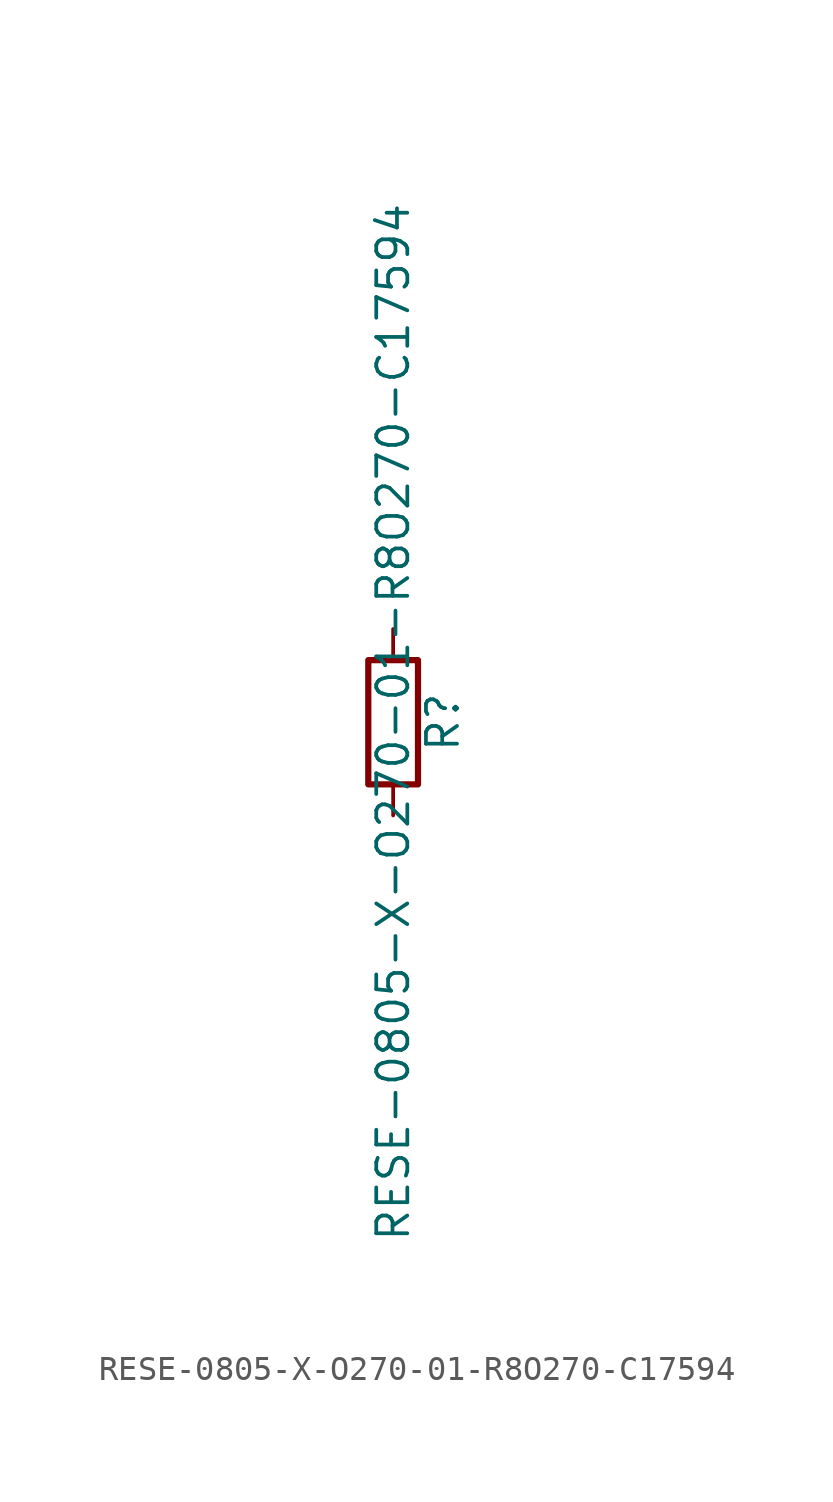
<source format=kicad_sym>
(kicad_symbol_lib
  (version 20211014)
  (generator kicad_symbol_editor)
  (symbol "RESE-0805-X-O270-01-R8O270-C17594"
    (pin_numbers hide)
    (pin_names
      (offset 0))
    (property "Reference" "R"
      (at 2.032 0 90)
      (effects (font (size 1.27 1.27))))
    (property "Value" "RESE-0805-X-O270-01-R8O270-C17594"
      (at 0 0 90)
      (effects (font (size 1.27 1.27))))
    (symbol "RESE-0805-X-O270-01-R8O270-C17594_0_1"
      (rectangle (start -1.016 -2.54) (end 1.016 2.54) (stroke (width 0.254) (type default) (color 0 0 0 0)) (fill (type none))))
    (symbol "RESE-0805-X-O270-01-R8O270-C17594_1_1"
      (pin passive line (at 0 3.81 270) (length 1.27) (name "~" (effects (font (size 1.27 1.27)))) (number "1" (effects (font (size 1.27 1.27)))))
      (pin passive line (at 0 -3.81 90) (length 1.27) (name "~" (effects (font (size 1.27 1.27)))) (number "2" (effects (font (size 1.27 1.27))))))))
</source>
